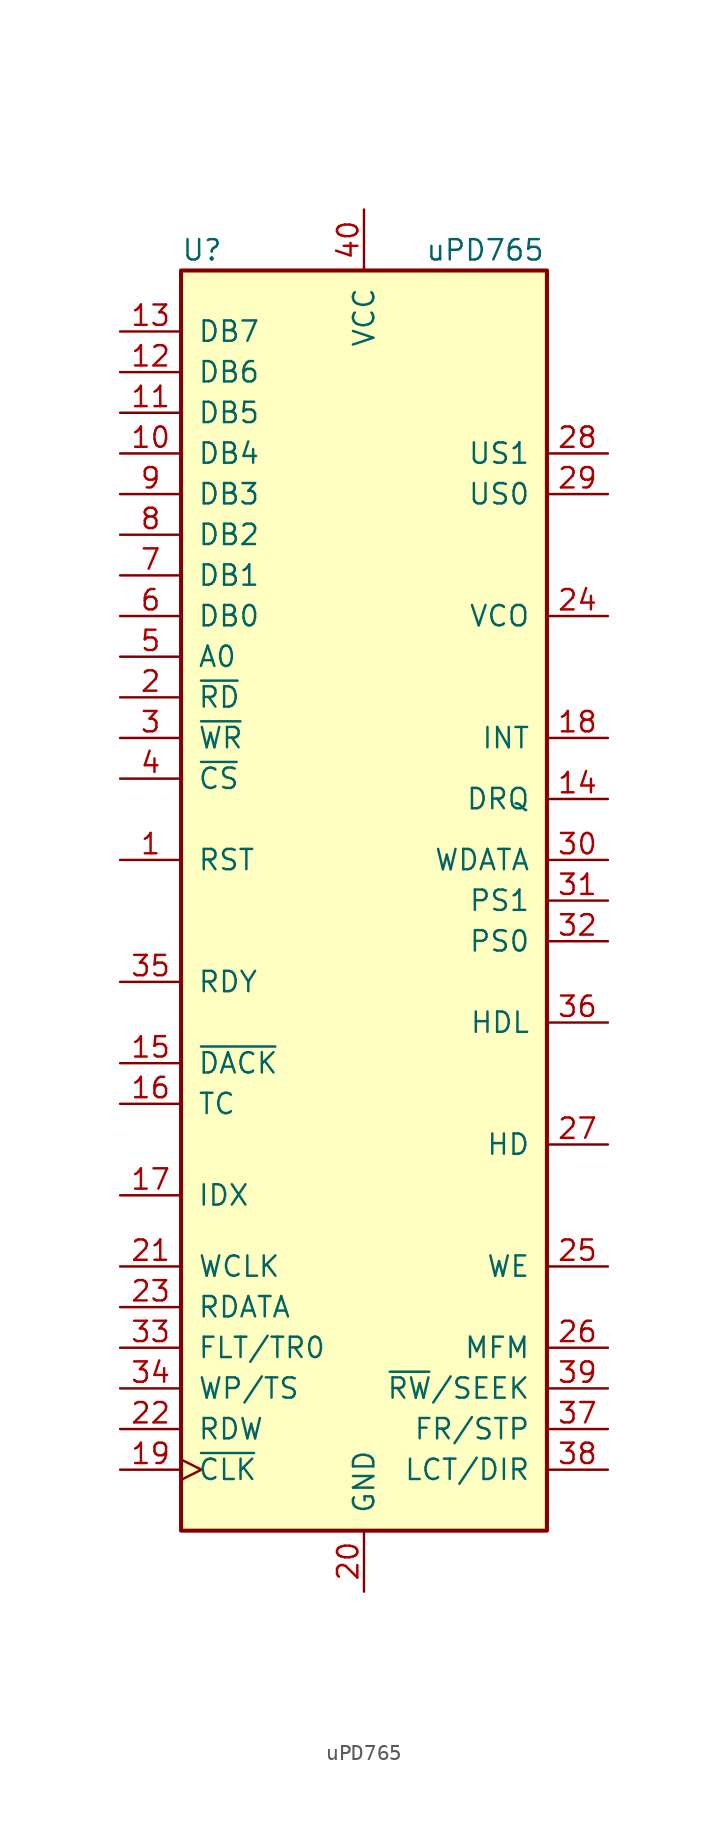
<source format=kicad_sym>
(kicad_symbol_lib
  (version 20220914)
  (generator kicad_symbol_editor)
  (symbol "uPD765"
    (pin_names
      (offset 1.016))
    (property "Reference" "U"
      (at -11.43 40.64 0)
      (effects (font (size 1.27 1.27)) (justify left)))
    (property "Value" "uPD765"
      (at 3.81 40.64 0)
      (effects (font (size 1.27 1.27)) (justify left)))
    (symbol "uPD765_0_1"
      (rectangle (start -11.43 39.37) (end 11.43 -39.37) (stroke (width 0.254) (type default)) (fill (type background))))
    (symbol "uPD765_1_1"
      (pin input line (at -15.24 2.54 0) (length 3.81) (name "RST" (effects (font (size 1.27 1.27)))) (number "1" (effects (font (size 1.27 1.27)))))
      (pin bidirectional line (at -15.24 27.94 0) (length 3.81) (name "DB4" (effects (font (size 1.27 1.27)))) (number "10" (effects (font (size 1.27 1.27)))))
      (pin bidirectional line (at -15.24 30.48 0) (length 3.81) (name "DB5" (effects (font (size 1.27 1.27)))) (number "11" (effects (font (size 1.27 1.27)))))
      (pin bidirectional line (at -15.24 33.02 0) (length 3.81) (name "DB6" (effects (font (size 1.27 1.27)))) (number "12" (effects (font (size 1.27 1.27)))))
      (pin bidirectional line (at -15.24 35.56 0) (length 3.81) (name "DB7" (effects (font (size 1.27 1.27)))) (number "13" (effects (font (size 1.27 1.27)))))
      (pin output line (at 15.24 6.35 180) (length 3.81) (name "DRQ" (effects (font (size 1.27 1.27)))) (number "14" (effects (font (size 1.27 1.27)))))
      (pin input line (at -15.24 -10.16 0) (length 3.81) (name "~{DACK}" (effects (font (size 1.27 1.27)))) (number "15" (effects (font (size 1.27 1.27)))))
      (pin input line (at -15.24 -12.7 0) (length 3.81) (name "TC" (effects (font (size 1.27 1.27)))) (number "16" (effects (font (size 1.27 1.27)))))
      (pin input line (at -15.24 -18.415 0) (length 3.81) (name "IDX" (effects (font (size 1.27 1.27)))) (number "17" (effects (font (size 1.27 1.27)))))
      (pin output line (at 15.24 10.16 180) (length 3.81) (name "INT" (effects (font (size 1.27 1.27)))) (number "18" (effects (font (size 1.27 1.27)))))
      (pin input clock (at -15.24 -35.56 0) (length 3.81) (name "~{CLK}" (effects (font (size 1.27 1.27)))) (number "19" (effects (font (size 1.27 1.27)))))
      (pin input line (at -15.24 12.7 0) (length 3.81) (name "~{RD}" (effects (font (size 1.27 1.27)))) (number "2" (effects (font (size 1.27 1.27)))))
      (pin power_in line (at 0 -43.18 90) (length 3.81) (name "GND" (effects (font (size 1.27 1.27)))) (number "20" (effects (font (size 1.27 1.27)))))
      (pin input line (at -15.24 -22.86 0) (length 3.81) (name "WCLK" (effects (font (size 1.27 1.27)))) (number "21" (effects (font (size 1.27 1.27)))))
      (pin input line (at -15.24 -33.02 0) (length 3.81) (name "RDW" (effects (font (size 1.27 1.27)))) (number "22" (effects (font (size 1.27 1.27)))))
      (pin input line (at -15.24 -25.4 0) (length 3.81) (name "RDATA" (effects (font (size 1.27 1.27)))) (number "23" (effects (font (size 1.27 1.27)))))
      (pin output line (at 15.24 17.78 180) (length 3.81) (name "VCO" (effects (font (size 1.27 1.27)))) (number "24" (effects (font (size 1.27 1.27)))))
      (pin output line (at 15.24 -22.86 180) (length 3.81) (name "WE" (effects (font (size 1.27 1.27)))) (number "25" (effects (font (size 1.27 1.27)))))
      (pin output line (at 15.24 -27.94 180) (length 3.81) (name "MFM" (effects (font (size 1.27 1.27)))) (number "26" (effects (font (size 1.27 1.27)))))
      (pin output line (at 15.24 -15.24 180) (length 3.81) (name "HD" (effects (font (size 1.27 1.27)))) (number "27" (effects (font (size 1.27 1.27)))))
      (pin output line (at 15.24 27.94 180) (length 3.81) (name "US1" (effects (font (size 1.27 1.27)))) (number "28" (effects (font (size 1.27 1.27)))))
      (pin output line (at 15.24 25.4 180) (length 3.81) (name "US0" (effects (font (size 1.27 1.27)))) (number "29" (effects (font (size 1.27 1.27)))))
      (pin input line (at -15.24 10.16 0) (length 3.81) (name "~{WR}" (effects (font (size 1.27 1.27)))) (number "3" (effects (font (size 1.27 1.27)))))
      (pin output line (at 15.24 2.54 180) (length 3.81) (name "WDATA" (effects (font (size 1.27 1.27)))) (number "30" (effects (font (size 1.27 1.27)))))
      (pin output line (at 15.24 0 180) (length 3.81) (name "PS1" (effects (font (size 1.27 1.27)))) (number "31" (effects (font (size 1.27 1.27)))))
      (pin output line (at 15.24 -2.54 180) (length 3.81) (name "PS0" (effects (font (size 1.27 1.27)))) (number "32" (effects (font (size 1.27 1.27)))))
      (pin input line (at -15.24 -27.94 0) (length 3.81) (name "FLT/TR0" (effects (font (size 1.27 1.27)))) (number "33" (effects (font (size 1.27 1.27)))))
      (pin input line (at -15.24 -30.48 0) (length 3.81) (name "WP/TS" (effects (font (size 1.27 1.27)))) (number "34" (effects (font (size 1.27 1.27)))))
      (pin input line (at -15.24 -5.08 0) (length 3.81) (name "RDY" (effects (font (size 1.27 1.27)))) (number "35" (effects (font (size 1.27 1.27)))))
      (pin output line (at 15.24 -7.62 180) (length 3.81) (name "HDL" (effects (font (size 1.27 1.27)))) (number "36" (effects (font (size 1.27 1.27)))))
      (pin output line (at 15.24 -33.02 180) (length 3.81) (name "FR/STP" (effects (font (size 1.27 1.27)))) (number "37" (effects (font (size 1.27 1.27)))))
      (pin output line (at 15.24 -35.56 180) (length 3.81) (name "LCT/DIR" (effects (font (size 1.27 1.27)))) (number "38" (effects (font (size 1.27 1.27)))))
      (pin output line (at 15.24 -30.48 180) (length 3.81) (name "~{RW}/SEEK" (effects (font (size 1.27 1.27)))) (number "39" (effects (font (size 1.27 1.27)))))
      (pin input line (at -15.24 7.62 0) (length 3.81) (name "~{CS}" (effects (font (size 1.27 1.27)))) (number "4" (effects (font (size 1.27 1.27)))))
      (pin power_in line (at 0 43.18 270) (length 3.81) (name "VCC" (effects (font (size 1.27 1.27)))) (number "40" (effects (font (size 1.27 1.27)))))
      (pin bidirectional line (at -15.24 15.24 0) (length 3.81) (name "A0" (effects (font (size 1.27 1.27)))) (number "5" (effects (font (size 1.27 1.27)))))
      (pin bidirectional line (at -15.24 17.78 0) (length 3.81) (name "DB0" (effects (font (size 1.27 1.27)))) (number "6" (effects (font (size 1.27 1.27)))))
      (pin bidirectional line (at -15.24 20.32 0) (length 3.81) (name "DB1" (effects (font (size 1.27 1.27)))) (number "7" (effects (font (size 1.27 1.27)))))
      (pin bidirectional line (at -15.24 22.86 0) (length 3.81) (name "DB2" (effects (font (size 1.27 1.27)))) (number "8" (effects (font (size 1.27 1.27)))))
      (pin bidirectional line (at -15.24 25.4 0) (length 3.81) (name "DB3" (effects (font (size 1.27 1.27)))) (number "9" (effects (font (size 1.27 1.27))))))))
</source>
